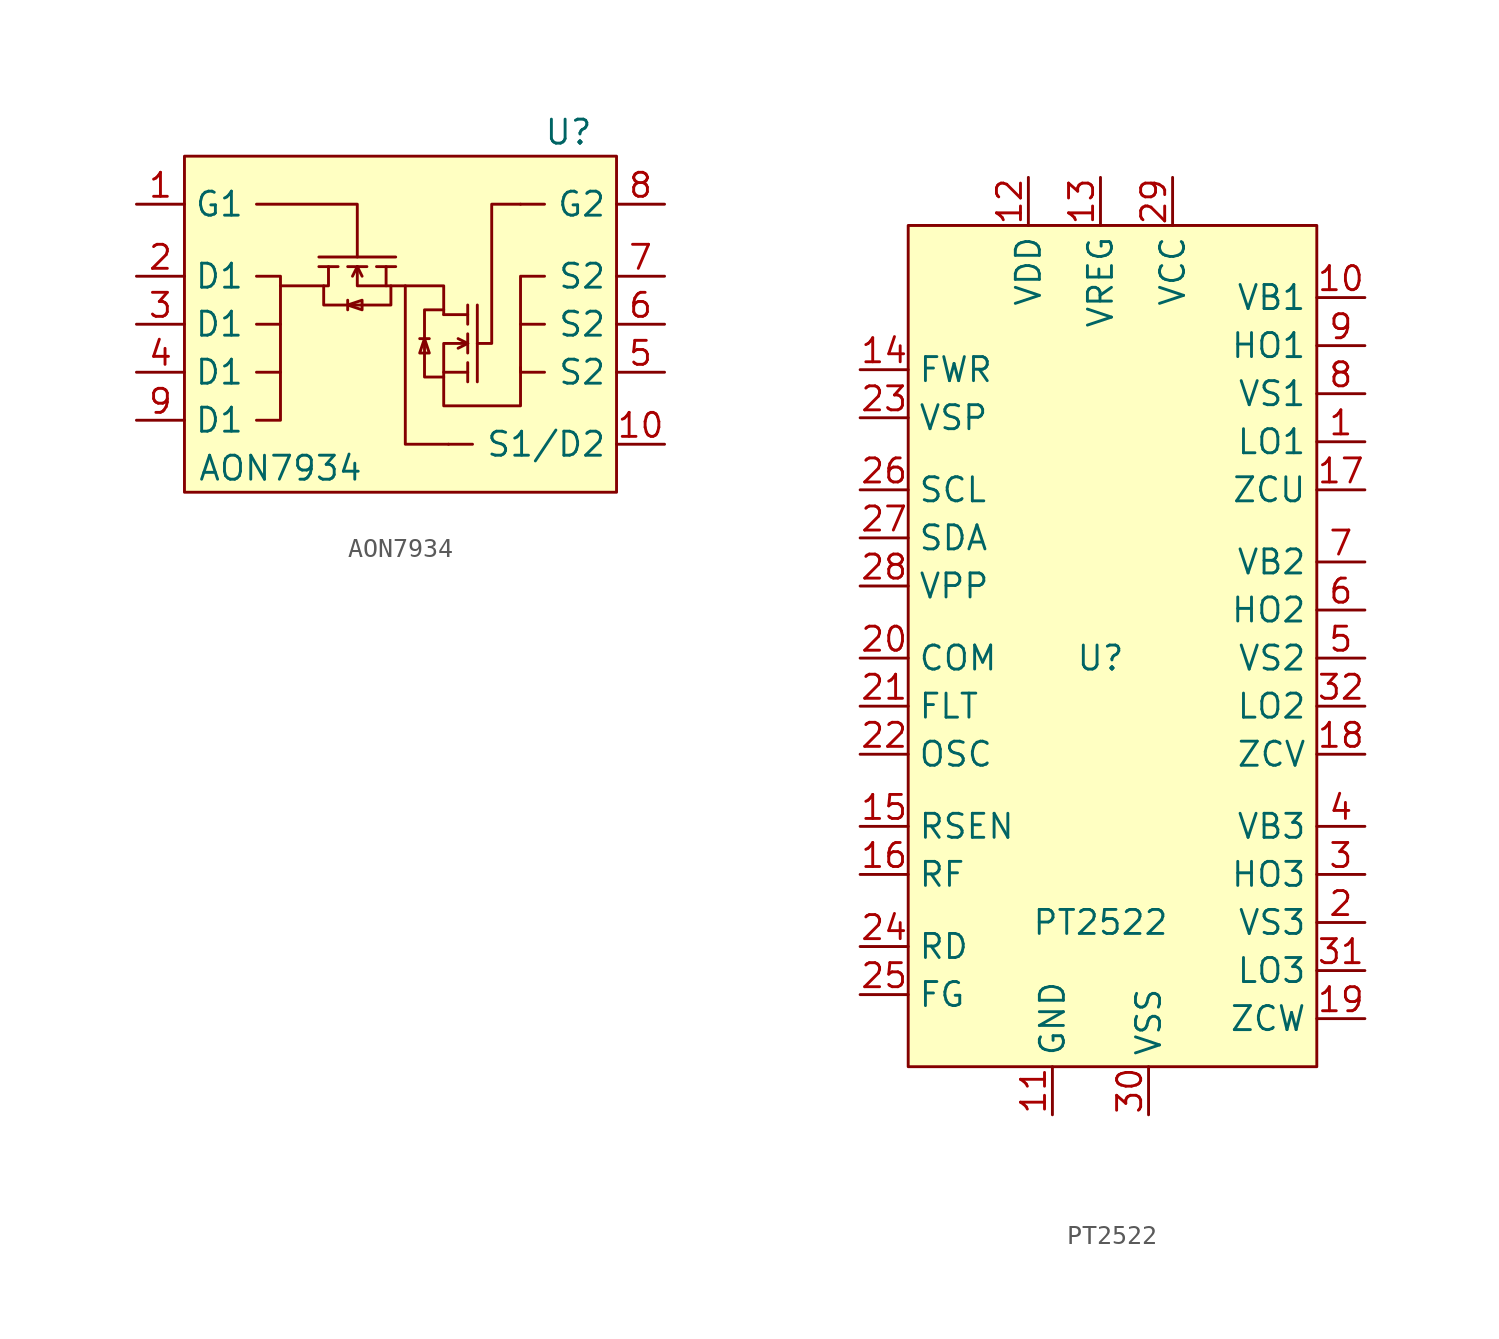
<source format=kicad_sym>
(kicad_symbol_lib
  (version 20211014)
  (generator kicad_symbol_editor)
  (symbol "AON7934"
    (property "Reference" "U"
      (at 7.62 11.43 0)
      (effects (font (size 1.27 1.27))))
    (property "Value" "AON7934"
      (at -7.62 -6.35 0)
      (effects (font (size 1.27 1.27))))
    (symbol "AON7934_0_1"
      (polyline (pts (xy -8.89 -1.27) (xy -7.62 -1.27)) (stroke (width 0) (type default) (color 0 0 0 0)) (fill (type none)))
      (polyline (pts (xy -8.89 1.27) (xy -7.62 1.27)) (stroke (width 0) (type default) (color 0 0 0 0)) (fill (type none)))
      (polyline (pts (xy -5.588 4.318) (xy -4.572 4.318)) (stroke (width 0) (type default) (color 0 0 0 0)) (fill (type none)))
      (polyline (pts (xy -4.064 2.032) (xy -4.064 2.54)) (stroke (width 0) (type default) (color 0 0 0 0)) (fill (type none)))
      (polyline (pts (xy -4.064 4.318) (xy -3.048 4.318)) (stroke (width 0) (type default) (color 0 0 0 0)) (fill (type none)))
      (polyline (pts (xy -3.556 4.318) (xy -3.81 3.81)) (stroke (width 0) (type default) (color 0 0 0 0)) (fill (type none)))
      (polyline (pts (xy -3.556 4.318) (xy -3.302 3.81)) (stroke (width 0) (type default) (color 0 0 0 0)) (fill (type none)))
      (polyline (pts (xy -2.54 4.318) (xy -1.524 4.318)) (stroke (width 0) (type default) (color 0 0 0 0)) (fill (type none)))
      (polyline (pts (xy -1.524 4.826) (xy -5.588 4.826)) (stroke (width 0) (type default) (color 0 0 0 0)) (fill (type none)))
      (polyline (pts (xy -0.254 0.508) (xy 0.254 0.508)) (stroke (width 0) (type default) (color 0 0 0 0)) (fill (type none)))
      (polyline (pts (xy 2.286 -1.778) (xy 2.286 -0.762)) (stroke (width 0) (type default) (color 0 0 0 0)) (fill (type none)))
      (polyline (pts (xy 2.286 -0.254) (xy 2.286 0.762)) (stroke (width 0) (type default) (color 0 0 0 0)) (fill (type none)))
      (polyline (pts (xy 2.286 0.254) (xy 1.778 0)) (stroke (width 0) (type default) (color 0 0 0 0)) (fill (type none)))
      (polyline (pts (xy 2.286 0.254) (xy 1.778 0.508)) (stroke (width 0) (type default) (color 0 0 0 0)) (fill (type none)))
      (polyline (pts (xy 2.286 1.27) (xy 2.286 2.286)) (stroke (width 0) (type default) (color 0 0 0 0)) (fill (type none)))
      (polyline (pts (xy 2.286 1.778) (xy 1.016 1.778)) (stroke (width 0) (type default) (color 0 0 0 0)) (fill (type none)))
      (polyline (pts (xy 2.54 -5.08) (xy 1.27 -5.08)) (stroke (width 0) (type default) (color 0 0 0 0)) (fill (type none)))
      (polyline (pts (xy 2.794 -1.778) (xy 2.794 2.286)) (stroke (width 0) (type default) (color 0 0 0 0)) (fill (type none)))
      (polyline (pts (xy 6.35 1.27) (xy 5.08 1.27)) (stroke (width 0) (type default) (color 0 0 0 0)) (fill (type none)))
      (polyline (pts (xy 6.35 7.62) (xy 5.08 7.62)) (stroke (width 0) (type default) (color 0 0 0 0)) (fill (type none)))
      (polyline (pts (xy -5.08 4.318) (xy -5.08 3.302) (xy -7.62 3.302)) (stroke (width 0) (type default) (color 0 0 0 0)) (fill (type none)))
      (polyline (pts (xy -3.556 4.826) (xy -3.556 7.62) (xy -8.89 7.62)) (stroke (width 0) (type default) (color 0 0 0 0)) (fill (type none)))
      (polyline (pts (xy -2.032 3.302) (xy -3.556 3.302) (xy -3.556 4.318)) (stroke (width 0) (type default) (color 0 0 0 0)) (fill (type none)))
      (polyline (pts (xy -1.016 3.302) (xy -1.016 -5.08) (xy 1.27 -5.08)) (stroke (width 0) (type default) (color 0 0 0 0)) (fill (type none)))
      (polyline (pts (xy 1.016 -1.27) (xy 1.016 0.254) (xy 2.286 0.254)) (stroke (width 0) (type default) (color 0 0 0 0)) (fill (type none)))
      (polyline (pts (xy -8.89 -3.81) (xy -7.62 -3.81) (xy -7.62 3.81) (xy -8.89 3.81)) (stroke (width 0) (type default) (color 0 0 0 0)) (fill (type none)))
      (polyline (pts (xy -3.302 2.032) (xy -3.302 2.54) (xy -4.064 2.286) (xy -3.302 2.032)) (stroke (width 0) (type default) (color 0 0 0 0)) (fill (type none)))
      (polyline (pts (xy -1.778 3.302) (xy -1.778 2.286) (xy -5.334 2.286) (xy -5.334 3.302)) (stroke (width 0) (type default) (color 0 0 0 0)) (fill (type none)))
      (polyline (pts (xy 0.254 -0.254) (xy -0.254 -0.254) (xy 0 0.508) (xy 0.254 -0.254)) (stroke (width 0) (type default) (color 0 0 0 0)) (fill (type none)))
      (polyline (pts (xy 1.016 -1.524) (xy 0 -1.524) (xy 0 2.032) (xy 1.016 2.032)) (stroke (width 0) (type default) (color 0 0 0 0)) (fill (type none)))
      (polyline (pts (xy 1.016 1.778) (xy 1.016 3.302) (xy -2.032 3.302) (xy -2.032 4.318)) (stroke (width 0) (type default) (color 0 0 0 0)) (fill (type none)))
      (polyline (pts (xy 2.794 0.254) (xy 3.556 0.254) (xy 3.556 7.62) (xy 5.08 7.62)) (stroke (width 0) (type default) (color 0 0 0 0)) (fill (type none)))
      (polyline (pts (xy 6.35 -1.27) (xy 5.08 -1.27) (xy 5.08 3.81) (xy 6.35 3.81)) (stroke (width 0) (type default) (color 0 0 0 0)) (fill (type none)))
      (polyline (pts (xy 2.286 -1.27) (xy 1.016 -1.27) (xy 1.016 -3.048) (xy 5.08 -3.048) (xy 5.08 -1.016)) (stroke (width 0) (type default) (color 0 0 0 0)) (fill (type none)))
      (rectangle (start 10.16 -7.62) (end -12.7 10.16) (stroke (width 0) (type default) (color 0 0 0 0)) (fill (type background))))
    (symbol "AON7934_1_1"
      (pin input line (at -15.24 7.62 0) (length 2.54) (name "G1" (effects (font (size 1.27 1.27)))) (number "1" (effects (font (size 1.27 1.27)))))
      (pin bidirectional line (at 12.7 -5.08 180) (length 2.54) (name "S1/D2" (effects (font (size 1.27 1.27)))) (number "10" (effects (font (size 1.27 1.27)))))
      (pin bidirectional line (at -15.24 3.81 0) (length 2.54) (name "D1" (effects (font (size 1.27 1.27)))) (number "2" (effects (font (size 1.27 1.27)))))
      (pin bidirectional line (at -15.24 1.27 0) (length 2.54) (name "D1" (effects (font (size 1.27 1.27)))) (number "3" (effects (font (size 1.27 1.27)))))
      (pin bidirectional line (at -15.24 -1.27 0) (length 2.54) (name "D1" (effects (font (size 1.27 1.27)))) (number "4" (effects (font (size 1.27 1.27)))))
      (pin bidirectional line (at 12.7 -1.27 180) (length 2.54) (name "S2" (effects (font (size 1.27 1.27)))) (number "5" (effects (font (size 1.27 1.27)))))
      (pin bidirectional line (at 12.7 1.27 180) (length 2.54) (name "S2" (effects (font (size 1.27 1.27)))) (number "6" (effects (font (size 1.27 1.27)))))
      (pin bidirectional line (at 12.7 3.81 180) (length 2.54) (name "S2" (effects (font (size 1.27 1.27)))) (number "7" (effects (font (size 1.27 1.27)))))
      (pin input line (at 12.7 7.62 180) (length 2.54) (name "G2" (effects (font (size 1.27 1.27)))) (number "8" (effects (font (size 1.27 1.27)))))
      (pin bidirectional line (at -15.24 -3.81 0) (length 2.54) (name "D1" (effects (font (size 1.27 1.27)))) (number "9" (effects (font (size 1.27 1.27)))))))
  (symbol "PT2522"
    (property "Reference" "U"
      (at 0 0 0)
      (effects (font (size 1.27 1.27))))
    (property "Value" "PT2522"
      (at 0 -13.97 0)
      (effects (font (size 1.27 1.27))))
    (symbol "PT2522_0_1"
      (rectangle (start 11.43 -21.59) (end -10.16 22.86) (stroke (width 0) (type default) (color 0 0 0 0)) (fill (type background))))
    (symbol "PT2522_1_1"
      (pin bidirectional line (at 13.97 11.43 180) (length 2.54) (name "LO1" (effects (font (size 1.27 1.27)))) (number "1" (effects (font (size 1.27 1.27)))))
      (pin power_out line (at 13.97 19.05 180) (length 2.54) (name "VB1" (effects (font (size 1.27 1.27)))) (number "10" (effects (font (size 1.27 1.27)))))
      (pin power_in line (at -2.54 -24.13 90) (length 2.54) (name "GND" (effects (font (size 1.27 1.27)))) (number "11" (effects (font (size 1.27 1.27)))))
      (pin power_in line (at -3.81 25.4 270) (length 2.54) (name "VDD" (effects (font (size 1.27 1.27)))) (number "12" (effects (font (size 1.27 1.27)))))
      (pin power_out line (at 0 25.4 270) (length 2.54) (name "VREG" (effects (font (size 1.27 1.27)))) (number "13" (effects (font (size 1.27 1.27)))))
      (pin input line (at -12.7 15.24 0) (length 2.54) (name "FWR" (effects (font (size 1.27 1.27)))) (number "14" (effects (font (size 1.27 1.27)))))
      (pin input line (at -12.7 -8.89 0) (length 2.54) (name "RSEN" (effects (font (size 1.27 1.27)))) (number "15" (effects (font (size 1.27 1.27)))))
      (pin input line (at -12.7 -11.43 0) (length 2.54) (name "RF" (effects (font (size 1.27 1.27)))) (number "16" (effects (font (size 1.27 1.27)))))
      (pin input line (at 13.97 8.89 180) (length 2.54) (name "ZCU" (effects (font (size 1.27 1.27)))) (number "17" (effects (font (size 1.27 1.27)))))
      (pin input line (at 13.97 -5.08 180) (length 2.54) (name "ZCV" (effects (font (size 1.27 1.27)))) (number "18" (effects (font (size 1.27 1.27)))))
      (pin input line (at 13.97 -19.05 180) (length 2.54) (name "ZCW" (effects (font (size 1.27 1.27)))) (number "19" (effects (font (size 1.27 1.27)))))
      (pin power_out line (at 13.97 -13.97 180) (length 2.54) (name "VS3" (effects (font (size 1.27 1.27)))) (number "2" (effects (font (size 1.27 1.27)))))
      (pin input line (at -12.7 0 0) (length 2.54) (name "COM" (effects (font (size 1.27 1.27)))) (number "20" (effects (font (size 1.27 1.27)))))
      (pin input line (at -12.7 -2.54 0) (length 2.54) (name "FLT" (effects (font (size 1.27 1.27)))) (number "21" (effects (font (size 1.27 1.27)))))
      (pin bidirectional line (at -12.7 -5.08 0) (length 2.54) (name "OSC" (effects (font (size 1.27 1.27)))) (number "22" (effects (font (size 1.27 1.27)))))
      (pin input line (at -12.7 12.7 0) (length 2.54) (name "VSP" (effects (font (size 1.27 1.27)))) (number "23" (effects (font (size 1.27 1.27)))))
      (pin output line (at -12.7 -15.24 0) (length 2.54) (name "RD" (effects (font (size 1.27 1.27)))) (number "24" (effects (font (size 1.27 1.27)))))
      (pin output line (at -12.7 -17.78 0) (length 2.54) (name "FG" (effects (font (size 1.27 1.27)))) (number "25" (effects (font (size 1.27 1.27)))))
      (pin bidirectional line (at -12.7 8.89 0) (length 2.54) (name "SCL" (effects (font (size 1.27 1.27)))) (number "26" (effects (font (size 1.27 1.27)))))
      (pin bidirectional line (at -12.7 6.35 0) (length 2.54) (name "SDA" (effects (font (size 1.27 1.27)))) (number "27" (effects (font (size 1.27 1.27)))))
      (pin power_in line (at -12.7 3.81 0) (length 2.54) (name "VPP" (effects (font (size 1.27 1.27)))) (number "28" (effects (font (size 1.27 1.27)))))
      (pin power_in line (at 3.81 25.4 270) (length 2.54) (name "VCC" (effects (font (size 1.27 1.27)))) (number "29" (effects (font (size 1.27 1.27)))))
      (pin bidirectional line (at 13.97 -11.43 180) (length 2.54) (name "HO3" (effects (font (size 1.27 1.27)))) (number "3" (effects (font (size 1.27 1.27)))))
      (pin power_in line (at 2.54 -24.13 90) (length 2.54) (name "VSS" (effects (font (size 1.27 1.27)))) (number "30" (effects (font (size 1.27 1.27)))))
      (pin bidirectional line (at 13.97 -16.51 180) (length 2.54) (name "LO3" (effects (font (size 1.27 1.27)))) (number "31" (effects (font (size 1.27 1.27)))))
      (pin bidirectional line (at 13.97 -2.54 180) (length 2.54) (name "LO2" (effects (font (size 1.27 1.27)))) (number "32" (effects (font (size 1.27 1.27)))))
      (pin power_out line (at 13.97 -8.89 180) (length 2.54) (name "VB3" (effects (font (size 1.27 1.27)))) (number "4" (effects (font (size 1.27 1.27)))))
      (pin power_out line (at 13.97 0 180) (length 2.54) (name "VS2" (effects (font (size 1.27 1.27)))) (number "5" (effects (font (size 1.27 1.27)))))
      (pin bidirectional line (at 13.97 2.54 180) (length 2.54) (name "HO2" (effects (font (size 1.27 1.27)))) (number "6" (effects (font (size 1.27 1.27)))))
      (pin power_out line (at 13.97 5.08 180) (length 2.54) (name "VB2" (effects (font (size 1.27 1.27)))) (number "7" (effects (font (size 1.27 1.27)))))
      (pin power_out line (at 13.97 13.97 180) (length 2.54) (name "VS1" (effects (font (size 1.27 1.27)))) (number "8" (effects (font (size 1.27 1.27)))))
      (pin bidirectional line (at 13.97 16.51 180) (length 2.54) (name "HO1" (effects (font (size 1.27 1.27)))) (number "9" (effects (font (size 1.27 1.27))))))))
</source>
